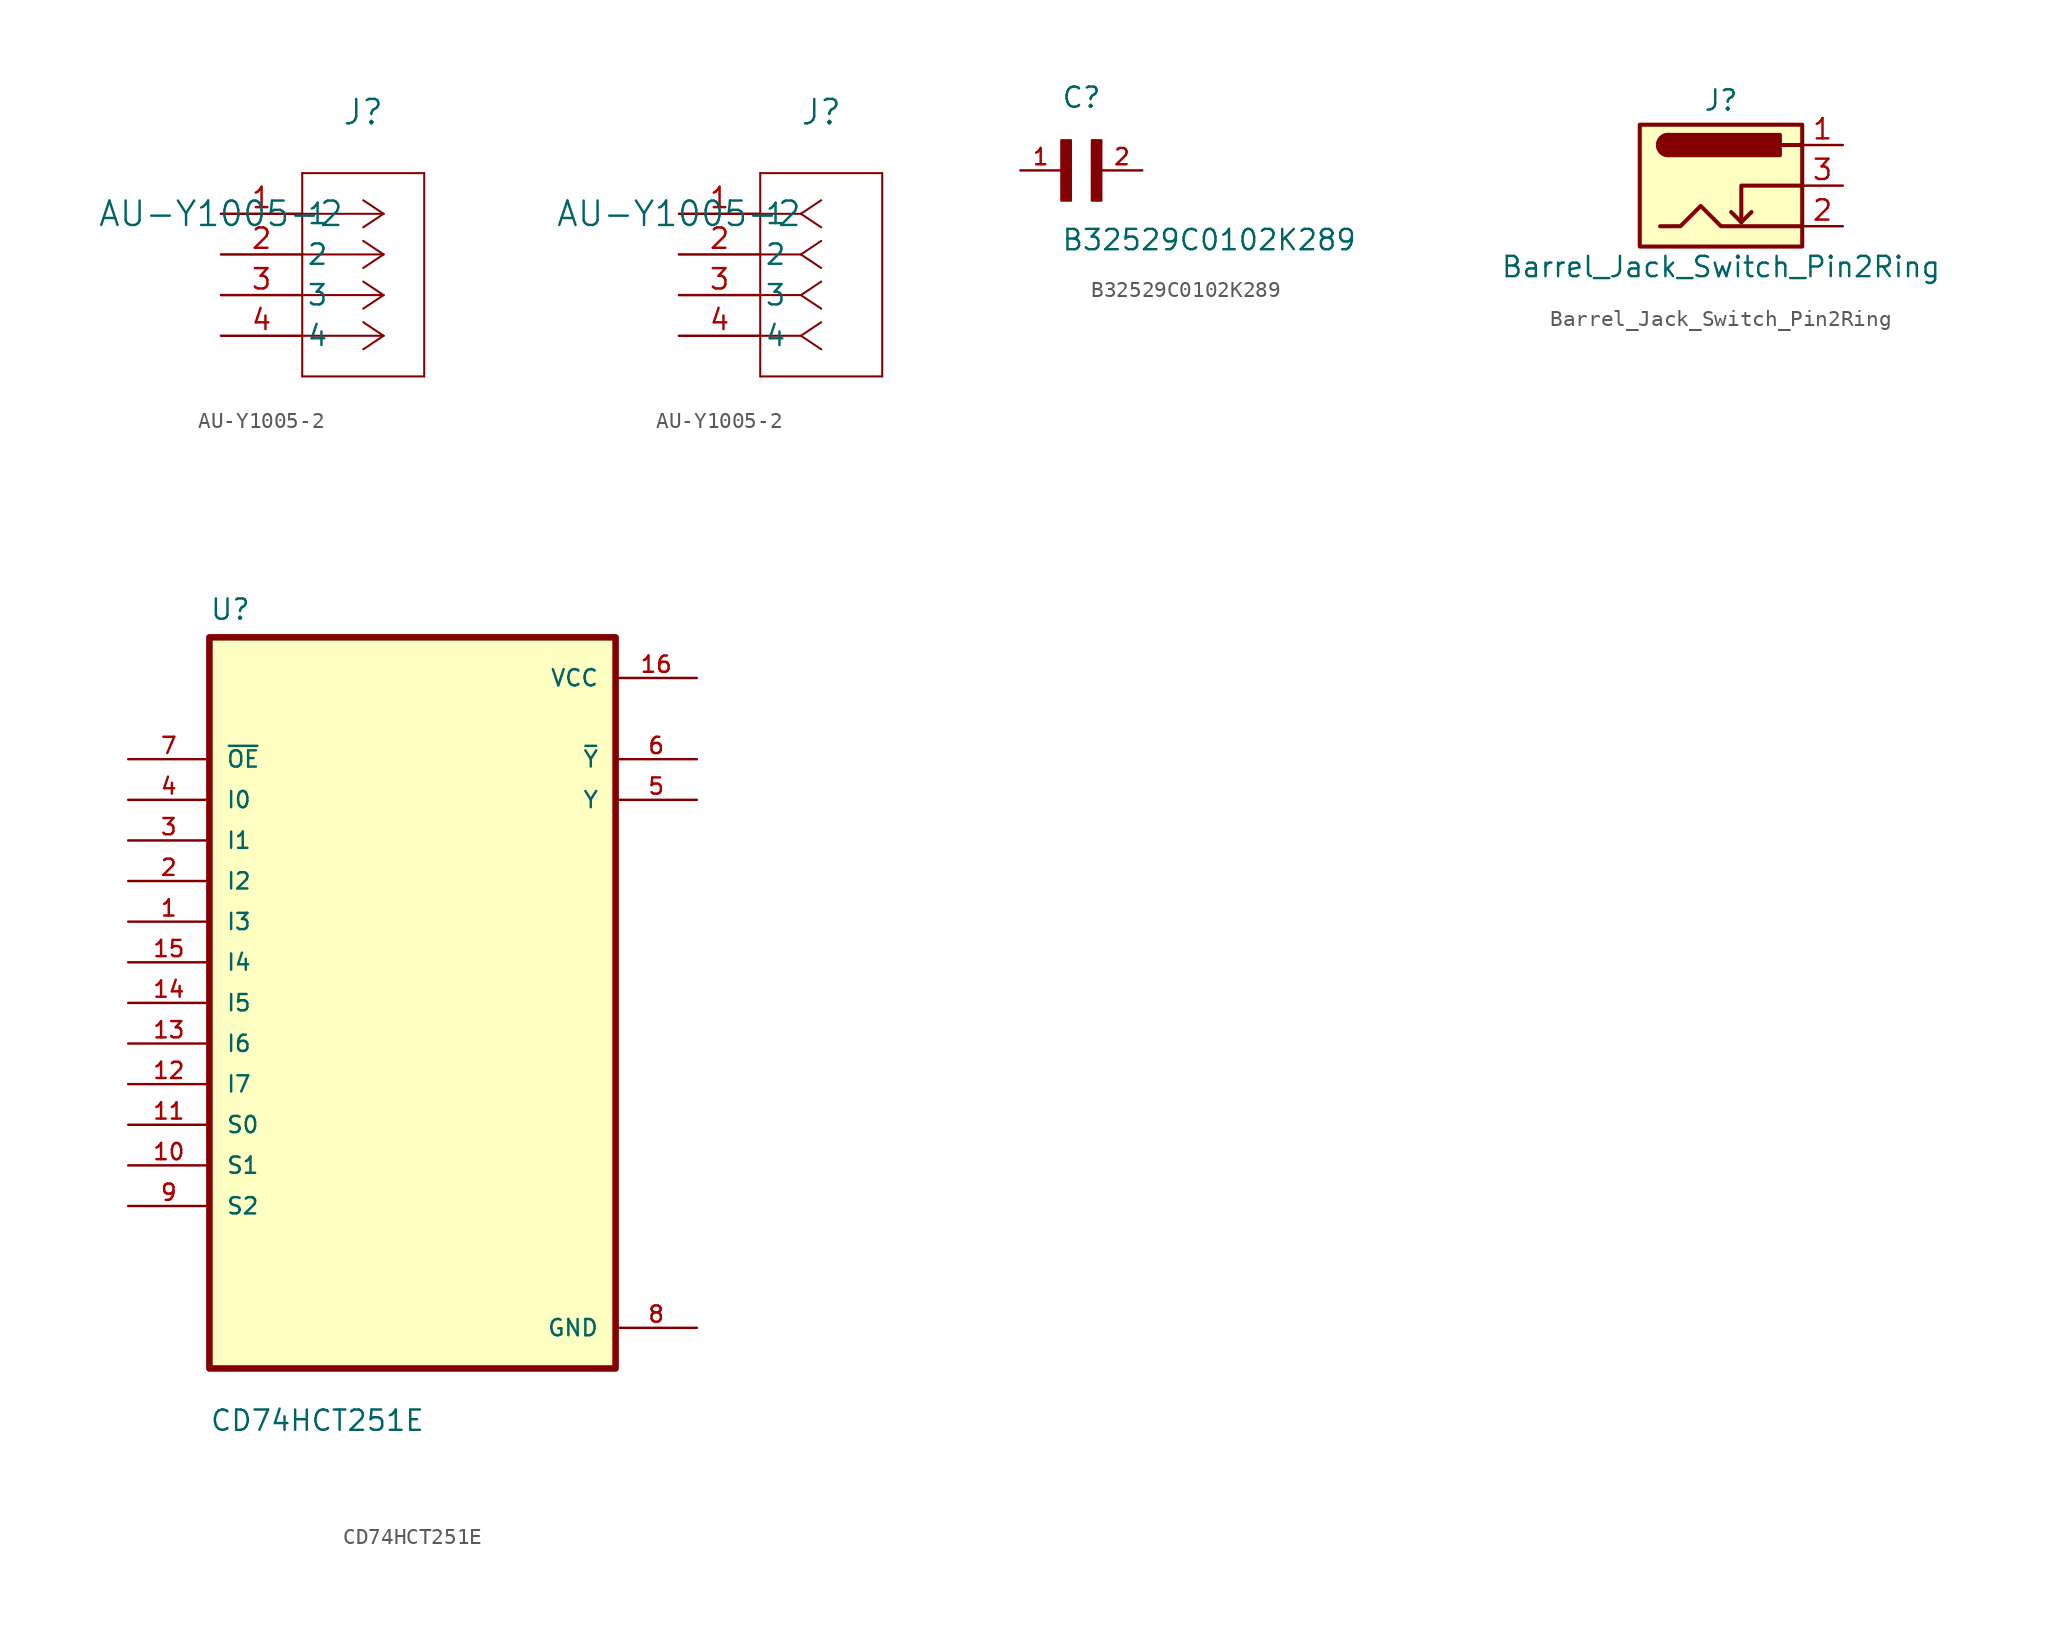
<source format=kicad_sym>
(kicad_symbol_lib
  (version 20231120)
  (generator "kicad_symbol_editor")
  (generator_version "8.0")
  (symbol "AU-Y1005-2"
    (pin_names
      (offset 0.254))
    (property "Reference" "J"
      (at 8.89 6.35 0)
      (effects (font (size 1.524 1.524))))
    (property "Value" "AU-Y1005-2"
      (at 0 0 0)
      (effects (font (size 1.524 1.524))))
    (property "ki_locked" ""
      (at 0 0 0)
      (effects (font (size 1.27 1.27))))
    (symbol "AU-Y1005-2_1_1"
      (polyline (pts (xy 5.08 -10.16) (xy 12.7 -10.16)) (stroke (width 0.127) (type default)) (fill (type none)))
      (polyline (pts (xy 5.08 2.54) (xy 5.08 -10.16)) (stroke (width 0.127) (type default)) (fill (type none)))
      (polyline (pts (xy 10.16 -7.62) (xy 5.08 -7.62)) (stroke (width 0.127) (type default)) (fill (type none)))
      (polyline (pts (xy 10.16 -7.62) (xy 8.89 -8.467)) (stroke (width 0.127) (type default)) (fill (type none)))
      (polyline (pts (xy 10.16 -7.62) (xy 8.89 -6.773)) (stroke (width 0.127) (type default)) (fill (type none)))
      (polyline (pts (xy 10.16 -5.08) (xy 5.08 -5.08)) (stroke (width 0.127) (type default)) (fill (type none)))
      (polyline (pts (xy 10.16 -5.08) (xy 8.89 -5.927)) (stroke (width 0.127) (type default)) (fill (type none)))
      (polyline (pts (xy 10.16 -5.08) (xy 8.89 -4.233)) (stroke (width 0.127) (type default)) (fill (type none)))
      (polyline (pts (xy 10.16 -2.54) (xy 5.08 -2.54)) (stroke (width 0.127) (type default)) (fill (type none)))
      (polyline (pts (xy 10.16 -2.54) (xy 8.89 -3.387)) (stroke (width 0.127) (type default)) (fill (type none)))
      (polyline (pts (xy 10.16 -2.54) (xy 8.89 -1.693)) (stroke (width 0.127) (type default)) (fill (type none)))
      (polyline (pts (xy 10.16 0) (xy 5.08 0)) (stroke (width 0.127) (type default)) (fill (type none)))
      (polyline (pts (xy 10.16 0) (xy 8.89 -0.847)) (stroke (width 0.127) (type default)) (fill (type none)))
      (polyline (pts (xy 10.16 0) (xy 8.89 0.847)) (stroke (width 0.127) (type default)) (fill (type none)))
      (polyline (pts (xy 12.7 -10.16) (xy 12.7 2.54)) (stroke (width 0.127) (type default)) (fill (type none)))
      (polyline (pts (xy 12.7 2.54) (xy 5.08 2.54)) (stroke (width 0.127) (type default)) (fill (type none)))
      (pin unspecified line (at 0 0 0) (length 5.08) (name "1" (effects (font (size 1.27 1.27)))) (number "1" (effects (font (size 1.27 1.27)))))
      (pin unspecified line (at 0 -2.54 0) (length 5.08) (name "2" (effects (font (size 1.27 1.27)))) (number "2" (effects (font (size 1.27 1.27)))))
      (pin unspecified line (at 0 -5.08 0) (length 5.08) (name "3" (effects (font (size 1.27 1.27)))) (number "3" (effects (font (size 1.27 1.27)))))
      (pin unspecified line (at 0 -7.62 0) (length 5.08) (name "4" (effects (font (size 1.27 1.27)))) (number "4" (effects (font (size 1.27 1.27))))))
    (symbol "AU-Y1005-2_1_2"
      (polyline (pts (xy 5.08 -10.16) (xy 12.7 -10.16)) (stroke (width 0.127) (type default)) (fill (type none)))
      (polyline (pts (xy 5.08 2.54) (xy 5.08 -10.16)) (stroke (width 0.127) (type default)) (fill (type none)))
      (polyline (pts (xy 7.62 -7.62) (xy 5.08 -7.62)) (stroke (width 0.127) (type default)) (fill (type none)))
      (polyline (pts (xy 7.62 -7.62) (xy 8.89 -8.467)) (stroke (width 0.127) (type default)) (fill (type none)))
      (polyline (pts (xy 7.62 -7.62) (xy 8.89 -6.773)) (stroke (width 0.127) (type default)) (fill (type none)))
      (polyline (pts (xy 7.62 -5.08) (xy 5.08 -5.08)) (stroke (width 0.127) (type default)) (fill (type none)))
      (polyline (pts (xy 7.62 -5.08) (xy 8.89 -5.927)) (stroke (width 0.127) (type default)) (fill (type none)))
      (polyline (pts (xy 7.62 -5.08) (xy 8.89 -4.233)) (stroke (width 0.127) (type default)) (fill (type none)))
      (polyline (pts (xy 7.62 -2.54) (xy 5.08 -2.54)) (stroke (width 0.127) (type default)) (fill (type none)))
      (polyline (pts (xy 7.62 -2.54) (xy 8.89 -3.387)) (stroke (width 0.127) (type default)) (fill (type none)))
      (polyline (pts (xy 7.62 -2.54) (xy 8.89 -1.693)) (stroke (width 0.127) (type default)) (fill (type none)))
      (polyline (pts (xy 7.62 0) (xy 5.08 0)) (stroke (width 0.127) (type default)) (fill (type none)))
      (polyline (pts (xy 7.62 0) (xy 8.89 -0.847)) (stroke (width 0.127) (type default)) (fill (type none)))
      (polyline (pts (xy 7.62 0) (xy 8.89 0.847)) (stroke (width 0.127) (type default)) (fill (type none)))
      (polyline (pts (xy 12.7 -10.16) (xy 12.7 2.54)) (stroke (width 0.127) (type default)) (fill (type none)))
      (polyline (pts (xy 12.7 2.54) (xy 5.08 2.54)) (stroke (width 0.127) (type default)) (fill (type none)))
      (pin unspecified line (at 0 0 0) (length 5.08) (name "1" (effects (font (size 1.27 1.27)))) (number "1" (effects (font (size 1.27 1.27)))))
      (pin unspecified line (at 0 -2.54 0) (length 5.08) (name "2" (effects (font (size 1.27 1.27)))) (number "2" (effects (font (size 1.27 1.27)))))
      (pin unspecified line (at 0 -5.08 0) (length 5.08) (name "3" (effects (font (size 1.27 1.27)))) (number "3" (effects (font (size 1.27 1.27)))))
      (pin unspecified line (at 0 -7.62 0) (length 5.08) (name "4" (effects (font (size 1.27 1.27)))) (number "4" (effects (font (size 1.27 1.27)))))))
  (symbol "B32529C0102K289"
    (pin_names
      (offset 1.016))
    (property "Reference" "C"
      (at 0 3.811 0)
      (effects (font (size 1.27 1.27)) (justify left bottom)))
    (property "Value" "B32529C0102K289"
      (at 0 -5.088 0)
      (effects (font (size 1.27 1.27)) (justify left bottom)))
    (symbol "B32529C0102K289_0_0"
      (rectangle (start 0 -1.907) (end 0.635 1.905) (stroke (width 0.1) (type default)) (fill (type outline)))
      (rectangle (start 1.907 -1.907) (end 2.54 1.905) (stroke (width 0.1) (type default)) (fill (type outline)))
      (pin passive line (at -2.54 0 0) (length 2.54) (name "~" (effects (font (size 1.016 1.016)))) (number "1" (effects (font (size 1.016 1.016)))))
      (pin passive line (at 5.08 0 180) (length 2.54) (name "~" (effects (font (size 1.016 1.016)))) (number "2" (effects (font (size 1.016 1.016)))))))
  (symbol "Barrel_Jack_Switch_Pin2Ring"
    (pin_names hide)
    (property "Reference" "J"
      (at 0 5.334 0)
      (effects (font (size 1.27 1.27))))
    (property "Value" "Barrel_Jack_Switch_Pin2Ring"
      (at 0 -5.08 0)
      (effects (font (size 1.27 1.27))))
    (symbol "Barrel_Jack_Switch_Pin2Ring_0_1"
      (rectangle (start -5.08 3.81) (end 5.08 -3.81) (stroke (width 0.254) (type default)) (fill (type background)))
      (arc (start -3.302 3.175) (mid -3.9343 2.54) (end -3.302 1.905) (stroke (width 0.254) (type default)) (fill (type none)))
      (arc (start -3.302 3.175) (mid -3.9343 2.54) (end -3.302 1.905) (stroke (width 0.254) (type default)) (fill (type outline)))
      (polyline (pts (xy 1.27 -2.286) (xy 1.905 -1.651)) (stroke (width 0.254) (type default)) (fill (type none)))
      (polyline (pts (xy 5.08 2.54) (xy 3.81 2.54)) (stroke (width 0.254) (type default)) (fill (type none)))
      (polyline (pts (xy 5.08 0) (xy 1.27 0) (xy 1.27 -2.286) (xy 0.635 -1.651)) (stroke (width 0.254) (type default)) (fill (type none)))
      (polyline (pts (xy -3.81 -2.54) (xy -2.54 -2.54) (xy -1.27 -1.27) (xy 0 -2.54) (xy 2.54 -2.54) (xy 5.08 -2.54)) (stroke (width 0.254) (type default)) (fill (type none)))
      (rectangle (start 3.683 3.175) (end -3.302 1.905) (stroke (width 0.254) (type default)) (fill (type outline))))
    (symbol "Barrel_Jack_Switch_Pin2Ring_1_1"
      (pin passive line (at 7.62 2.54 180) (length 2.54) (name "~" (effects (font (size 1.27 1.27)))) (number "1" (effects (font (size 1.27 1.27)))))
      (pin passive line (at 7.62 -2.54 180) (length 2.54) (name "~" (effects (font (size 1.27 1.27)))) (number "2" (effects (font (size 1.27 1.27)))))
      (pin passive line (at 7.62 0 180) (length 2.54) (name "~" (effects (font (size 1.27 1.27)))) (number "3" (effects (font (size 1.27 1.27)))))))
  (symbol "CD74HCT251E"
    (pin_names
      (offset 1.016))
    (property "Reference" "U"
      (at -12.7 23.86 0)
      (effects (font (size 1.27 1.27)) (justify left bottom)))
    (property "Value" "CD74HCT251E"
      (at -12.7 -26.86 0)
      (effects (font (size 1.27 1.27)) (justify left bottom)))
    (symbol "CD74HCT251E_0_0"
      (rectangle (start -12.7 -22.86) (end 12.7 22.86) (stroke (width 0.41) (type default)) (fill (type background)))
      (pin input line (at -17.78 5.08 0) (length 5.08) (name "I3" (effects (font (size 1.016 1.016)))) (number "1" (effects (font (size 1.016 1.016)))))
      (pin input line (at -17.78 -10.16 0) (length 5.08) (name "S1" (effects (font (size 1.016 1.016)))) (number "10" (effects (font (size 1.016 1.016)))))
      (pin input line (at -17.78 -7.62 0) (length 5.08) (name "S0" (effects (font (size 1.016 1.016)))) (number "11" (effects (font (size 1.016 1.016)))))
      (pin input line (at -17.78 -5.08 0) (length 5.08) (name "I7" (effects (font (size 1.016 1.016)))) (number "12" (effects (font (size 1.016 1.016)))))
      (pin input line (at -17.78 -2.54 0) (length 5.08) (name "I6" (effects (font (size 1.016 1.016)))) (number "13" (effects (font (size 1.016 1.016)))))
      (pin input line (at -17.78 0 0) (length 5.08) (name "I5" (effects (font (size 1.016 1.016)))) (number "14" (effects (font (size 1.016 1.016)))))
      (pin input line (at -17.78 2.54 0) (length 5.08) (name "I4" (effects (font (size 1.016 1.016)))) (number "15" (effects (font (size 1.016 1.016)))))
      (pin power_in line (at 17.78 20.32 180) (length 5.08) (name "VCC" (effects (font (size 1.016 1.016)))) (number "16" (effects (font (size 1.016 1.016)))))
      (pin input line (at -17.78 7.62 0) (length 5.08) (name "I2" (effects (font (size 1.016 1.016)))) (number "2" (effects (font (size 1.016 1.016)))))
      (pin input line (at -17.78 10.16 0) (length 5.08) (name "I1" (effects (font (size 1.016 1.016)))) (number "3" (effects (font (size 1.016 1.016)))))
      (pin input line (at -17.78 12.7 0) (length 5.08) (name "I0" (effects (font (size 1.016 1.016)))) (number "4" (effects (font (size 1.016 1.016)))))
      (pin output line (at 17.78 12.7 180) (length 5.08) (name "Y" (effects (font (size 1.016 1.016)))) (number "5" (effects (font (size 1.016 1.016)))))
      (pin output line (at 17.78 15.24 180) (length 5.08) (name "~{Y}" (effects (font (size 1.016 1.016)))) (number "6" (effects (font (size 1.016 1.016)))))
      (pin input line (at -17.78 15.24 0) (length 5.08) (name "~{OE}" (effects (font (size 1.016 1.016)))) (number "7" (effects (font (size 1.016 1.016)))))
      (pin power_in line (at 17.78 -20.32 180) (length 5.08) (name "GND" (effects (font (size 1.016 1.016)))) (number "8" (effects (font (size 1.016 1.016)))))
      (pin input line (at -17.78 -12.7 0) (length 5.08) (name "S2" (effects (font (size 1.016 1.016)))) (number "9" (effects (font (size 1.016 1.016))))))))
</source>
